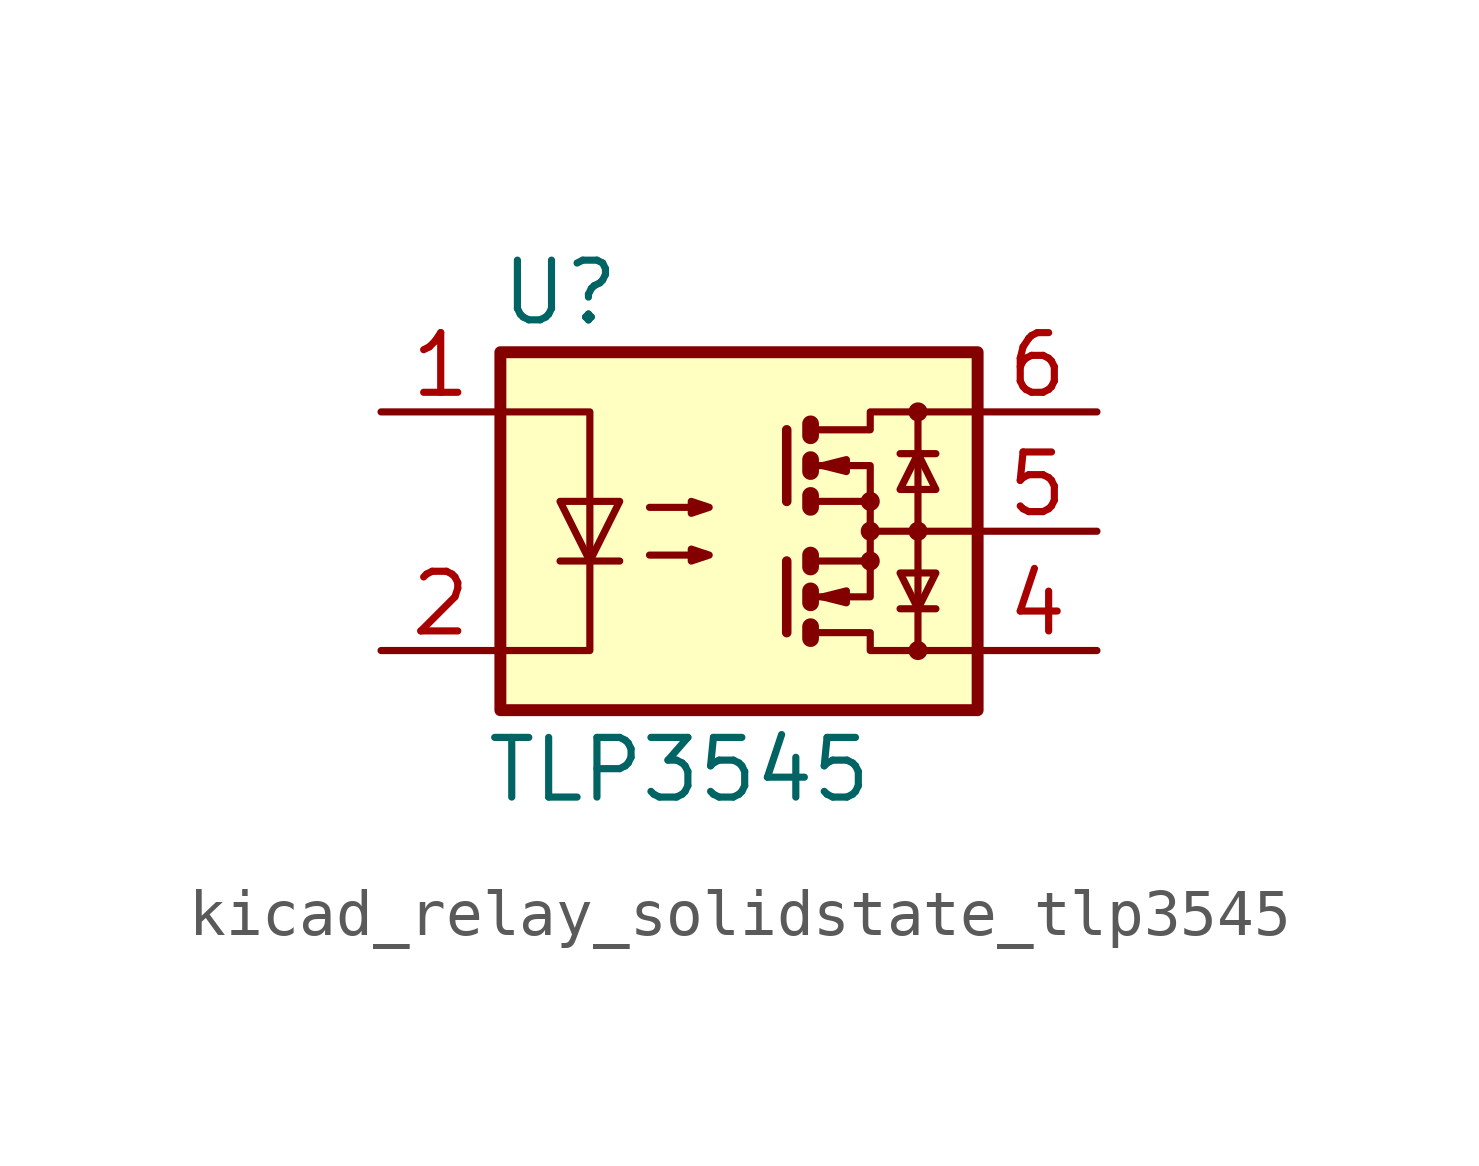
<source format=kicad_sym>
(kicad_symbol_lib
  (version 20220914)
  (generator kicad_symbol_editor)
  (symbol "kicad_relay_solidstate_tlp3545"
    (property "Reference" "U"
      (at -3.81 5.08 0)
      (effects (font (size 1.27 1.27))))
    (property "Value" "TLP3545"
      (at -1.27 -5.08 0)
      (effects (font (size 1.27 1.27))))
    (symbol "kicad_relay_solidstate_tlp3545_0_1"
      (rectangle (start -5.08 3.81) (end 5.08 -3.81) (stroke (width 0.254) (type default)) (fill (type background)))
      (polyline (pts (xy -3.81 -0.635) (xy -2.54 -0.635)) (stroke (width 0) (type default)) (fill (type none)))
      (polyline (pts (xy 1.016 -0.635) (xy 1.016 -2.159)) (stroke (width 0.203) (type default)) (fill (type none)))
      (polyline (pts (xy 1.016 2.159) (xy 1.016 0.635)) (stroke (width 0.203) (type default)) (fill (type none)))
      (polyline (pts (xy 1.524 -0.508) (xy 1.524 -0.762)) (stroke (width 0.356) (type default)) (fill (type none)))
      (polyline (pts (xy 2.794 0) (xy 5.08 0)) (stroke (width 0) (type default)) (fill (type none)))
      (polyline (pts (xy 3.429 -1.651) (xy 4.191 -1.651)) (stroke (width 0) (type default)) (fill (type none)))
      (polyline (pts (xy 3.429 1.651) (xy 4.191 1.651)) (stroke (width 0) (type default)) (fill (type none)))
      (polyline (pts (xy 3.81 -2.54) (xy 3.81 2.54)) (stroke (width 0) (type default)) (fill (type none)))
      (polyline (pts (xy 1.524 -2.032) (xy 1.524 -2.286) (xy 1.524 -2.286)) (stroke (width 0.356) (type default)) (fill (type none)))
      (polyline (pts (xy 1.524 -1.27) (xy 1.524 -1.524) (xy 1.524 -1.524)) (stroke (width 0.356) (type default)) (fill (type none)))
      (polyline (pts (xy 1.524 0.762) (xy 1.524 0.508) (xy 1.524 0.508)) (stroke (width 0.356) (type default)) (fill (type none)))
      (polyline (pts (xy 1.524 1.524) (xy 1.524 1.27) (xy 1.524 1.27)) (stroke (width 0.356) (type default)) (fill (type none)))
      (polyline (pts (xy 1.524 2.286) (xy 1.524 2.032) (xy 1.524 2.032)) (stroke (width 0.356) (type default)) (fill (type none)))
      (polyline (pts (xy 1.651 -1.397) (xy 2.794 -1.397) (xy 2.794 -0.635)) (stroke (width 0) (type default)) (fill (type none)))
      (polyline (pts (xy 1.651 1.397) (xy 2.794 1.397) (xy 2.794 0.635)) (stroke (width 0) (type default)) (fill (type none)))
      (polyline (pts (xy -5.08 2.54) (xy -3.175 2.54) (xy -3.175 -2.54) (xy -5.08 -2.54)) (stroke (width 0) (type default)) (fill (type none)))
      (polyline (pts (xy -3.175 -0.635) (xy -3.81 0.635) (xy -2.54 0.635) (xy -3.175 -0.635)) (stroke (width 0) (type default)) (fill (type none)))
      (polyline (pts (xy 1.651 -2.159) (xy 2.794 -2.159) (xy 2.794 -2.54) (xy 5.08 -2.54)) (stroke (width 0) (type default)) (fill (type none)))
      (polyline (pts (xy 1.651 -0.635) (xy 2.794 -0.635) (xy 2.794 0.635) (xy 1.651 0.635)) (stroke (width 0) (type default)) (fill (type none)))
      (polyline (pts (xy 1.651 2.159) (xy 2.794 2.159) (xy 2.794 2.54) (xy 5.08 2.54)) (stroke (width 0) (type default)) (fill (type none)))
      (polyline (pts (xy 1.778 -1.397) (xy 2.286 -1.27) (xy 2.286 -1.524) (xy 1.778 -1.397)) (stroke (width 0) (type default)) (fill (type none)))
      (polyline (pts (xy 1.778 1.397) (xy 2.286 1.524) (xy 2.286 1.27) (xy 1.778 1.397)) (stroke (width 0) (type default)) (fill (type none)))
      (polyline (pts (xy 3.81 -1.651) (xy 3.429 -0.889) (xy 4.191 -0.889) (xy 3.81 -1.651)) (stroke (width 0) (type default)) (fill (type none)))
      (polyline (pts (xy 3.81 1.651) (xy 3.429 0.889) (xy 4.191 0.889) (xy 3.81 1.651)) (stroke (width 0) (type default)) (fill (type none)))
      (polyline (pts (xy -1.905 -0.508) (xy -0.635 -0.508) (xy -1.016 -0.635) (xy -1.016 -0.381) (xy -0.635 -0.508)) (stroke (width 0) (type default)) (fill (type none)))
      (polyline (pts (xy -1.905 0.508) (xy -0.635 0.508) (xy -1.016 0.381) (xy -1.016 0.635) (xy -0.635 0.508)) (stroke (width 0) (type default)) (fill (type none)))
      (circle (center 2.794 -0.635) (radius 0.127) (stroke (width 0) (type default)) (fill (type none)))
      (circle (center 2.794 0) (radius 0.127) (stroke (width 0) (type default)) (fill (type none)))
      (circle (center 2.794 0.635) (radius 0.127) (stroke (width 0) (type default)) (fill (type none)))
      (circle (center 3.81 -2.54) (radius 0.127) (stroke (width 0) (type default)) (fill (type none)))
      (circle (center 3.81 0) (radius 0.127) (stroke (width 0) (type default)) (fill (type none)))
      (circle (center 3.81 2.54) (radius 0.127) (stroke (width 0) (type default)) (fill (type none))))
    (symbol "kicad_relay_solidstate_tlp3545_1_1"
      (pin passive line (at -7.62 2.54 0) (length 2.54) (name "~" (effects (font (size 1.27 1.27)))) (number "1" (effects (font (size 1.27 1.27)))))
      (pin passive line (at -7.62 -2.54 0) (length 2.54) (name "~" (effects (font (size 1.27 1.27)))) (number "2" (effects (font (size 1.27 1.27)))))
      (pin no_connect line (at -5.08 0 0) (length 2.54) hide (name "~" (effects (font (size 1.27 1.27)))) (number "3" (effects (font (size 1.27 1.27)))))
      (pin passive line (at 7.62 -2.54 180) (length 2.54) (name "~" (effects (font (size 1.27 1.27)))) (number "4" (effects (font (size 1.27 1.27)))))
      (pin passive line (at 7.62 0 180) (length 2.54) (name "~" (effects (font (size 1.27 1.27)))) (number "5" (effects (font (size 1.27 1.27)))))
      (pin passive line (at 7.62 2.54 180) (length 2.54) (name "~" (effects (font (size 1.27 1.27)))) (number "6" (effects (font (size 1.27 1.27))))))))
</source>
